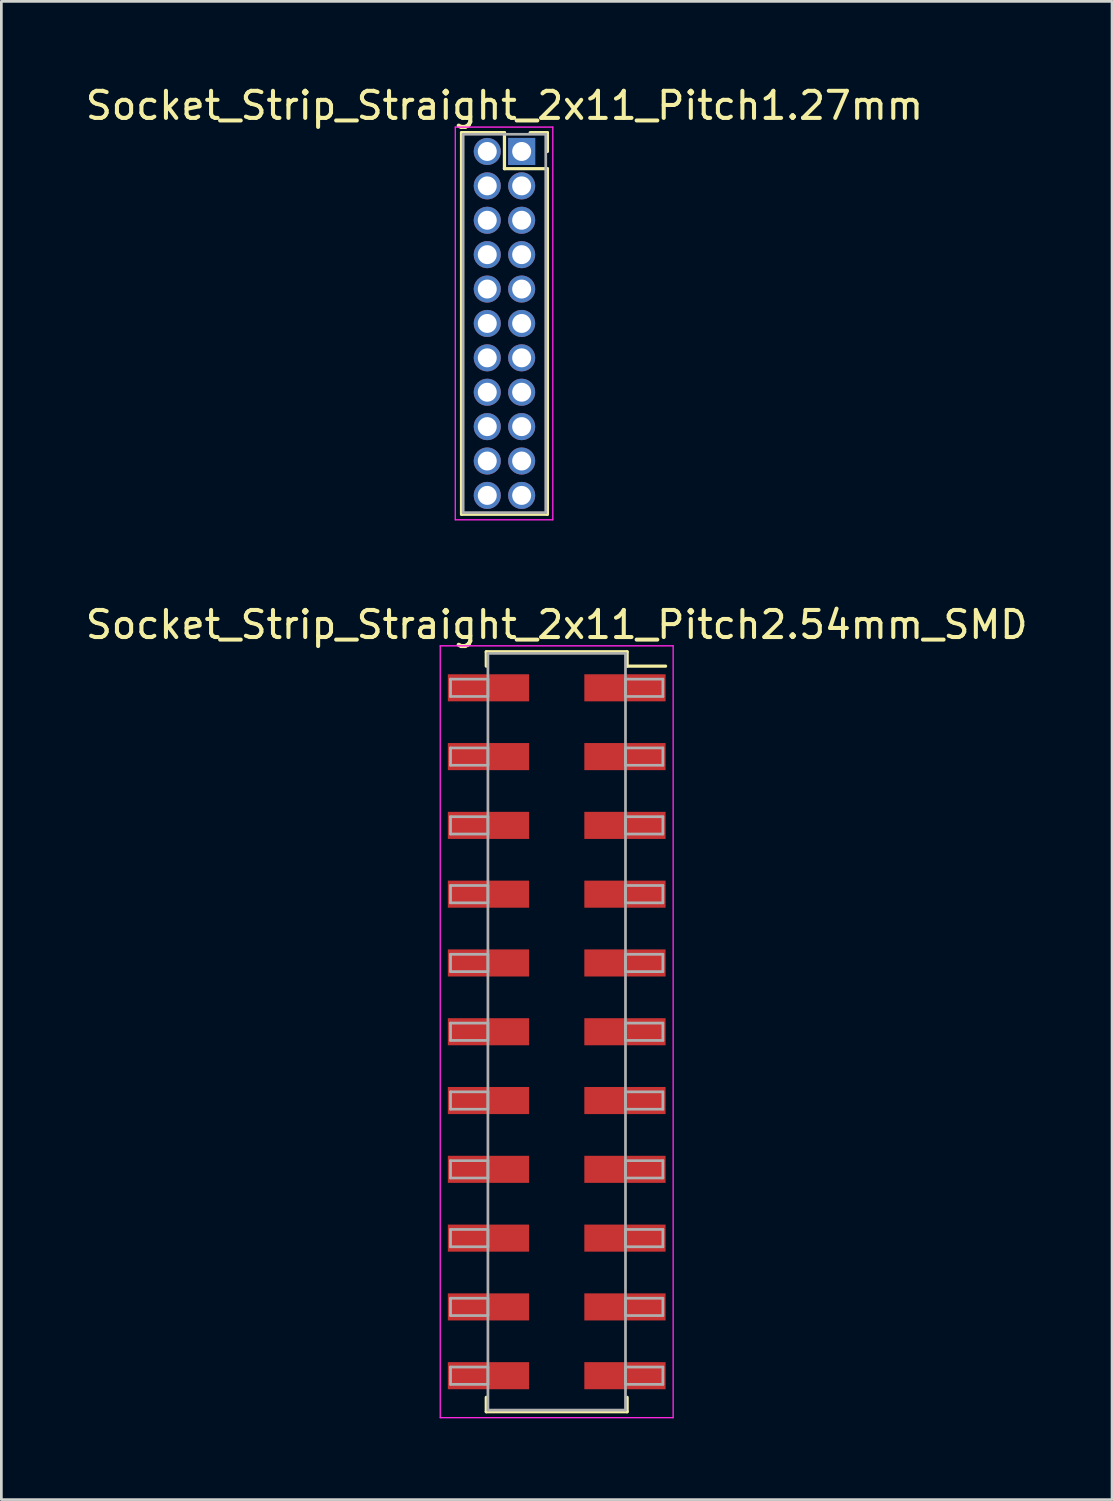
<source format=kicad_pcb>
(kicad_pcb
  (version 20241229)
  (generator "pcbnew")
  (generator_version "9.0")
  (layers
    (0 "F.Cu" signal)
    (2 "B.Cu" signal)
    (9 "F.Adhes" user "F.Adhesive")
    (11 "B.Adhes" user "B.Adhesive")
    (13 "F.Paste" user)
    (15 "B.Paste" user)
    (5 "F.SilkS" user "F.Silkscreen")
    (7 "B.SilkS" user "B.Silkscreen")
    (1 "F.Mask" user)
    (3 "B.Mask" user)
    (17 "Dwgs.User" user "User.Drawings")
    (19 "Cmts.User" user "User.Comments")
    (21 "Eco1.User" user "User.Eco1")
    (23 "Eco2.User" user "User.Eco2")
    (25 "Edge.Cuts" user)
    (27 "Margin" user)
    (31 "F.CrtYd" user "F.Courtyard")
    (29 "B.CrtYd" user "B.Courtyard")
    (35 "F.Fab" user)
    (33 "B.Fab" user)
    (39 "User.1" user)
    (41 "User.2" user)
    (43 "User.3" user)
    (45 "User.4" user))
  (footprint "Socket_Strip_Straight_2x11_Pitch2.54mm_SMD"
    (layer "F.Cu")
    (at 17.506 35.047)
    (property "Reference" "Socket_Strip_Straight_2x11_Pitch2.54mm_SMD" (at 0 -15.03 0) (layer "F.SilkS") (effects (font (size 1 1) (thickness 0.15))))
    (attr smd)
    (fp_line (start -2.6 -14.03) (end 2.6 -14.03) (stroke (width 0.12) (type solid)) (layer "F.SilkS"))
    (fp_line (start -2.6 -13.5) (end -2.6 -14.03) (stroke (width 0.12) (type solid)) (layer "F.SilkS"))
    (fp_line (start -2.6 13.5) (end -2.6 14.03) (stroke (width 0.12) (type solid)) (layer "F.SilkS"))
    (fp_line (start -2.6 14.03) (end 2.6 14.03) (stroke (width 0.12) (type solid)) (layer "F.SilkS"))
    (fp_line (start 2.6 -14.03) (end 2.6 -13.5) (stroke (width 0.12) (type solid)) (layer "F.SilkS"))
    (fp_line (start 2.6 14.03) (end 2.6 13.5) (stroke (width 0.12) (type solid)) (layer "F.SilkS"))
    (fp_line (start 4.02 -13.5) (end 2.6 -13.5) (stroke (width 0.12) (type solid)) (layer "F.SilkS"))
    (fp_line (start -4.3 -14.25) (end -4.3 14.25) (stroke (width 0.05) (type solid)) (layer "F.CrtYd"))
    (fp_line (start -4.3 14.25) (end 4.3 14.25) (stroke (width 0.05) (type solid)) (layer "F.CrtYd"))
    (fp_line (start 4.3 -14.25) (end -4.3 -14.25) (stroke (width 0.05) (type solid)) (layer "F.CrtYd"))
    (fp_line (start 4.3 14.25) (end 4.3 -14.25) (stroke (width 0.05) (type solid)) (layer "F.CrtYd"))
    (fp_line (start -3.92 -13.02) (end -2.54 -13.02) (stroke (width 0.1) (type solid)) (layer "F.Fab"))
    (fp_line (start -3.92 -12.38) (end -3.92 -13.02) (stroke (width 0.1) (type solid)) (layer "F.Fab"))
    (fp_line (start -3.92 -10.48) (end -2.54 -10.48) (stroke (width 0.1) (type solid)) (layer "F.Fab"))
    (fp_line (start -3.92 -9.84) (end -3.92 -10.48) (stroke (width 0.1) (type solid)) (layer "F.Fab"))
    (fp_line (start -3.92 -7.94) (end -2.54 -7.94) (stroke (width 0.1) (type solid)) (layer "F.Fab"))
    (fp_line (start -3.92 -7.3) (end -3.92 -7.94) (stroke (width 0.1) (type solid)) (layer "F.Fab"))
    (fp_line (start -3.92 -5.4) (end -2.54 -5.4) (stroke (width 0.1) (type solid)) (layer "F.Fab"))
    (fp_line (start -3.92 -4.76) (end -3.92 -5.4) (stroke (width 0.1) (type solid)) (layer "F.Fab"))
    (fp_line (start -3.92 -2.86) (end -2.54 -2.86) (stroke (width 0.1) (type solid)) (layer "F.Fab"))
    (fp_line (start -3.92 -2.22) (end -3.92 -2.86) (stroke (width 0.1) (type solid)) (layer "F.Fab"))
    (fp_line (start -3.92 -0.32) (end -2.54 -0.32) (stroke (width 0.1) (type solid)) (layer "F.Fab"))
    (fp_line (start -3.92 0.32) (end -3.92 -0.32) (stroke (width 0.1) (type solid)) (layer "F.Fab"))
    (fp_line (start -3.92 2.22) (end -2.54 2.22) (stroke (width 0.1) (type solid)) (layer "F.Fab"))
    (fp_line (start -3.92 2.86) (end -3.92 2.22) (stroke (width 0.1) (type solid)) (layer "F.Fab"))
    (fp_line (start -3.92 4.76) (end -2.54 4.76) (stroke (width 0.1) (type solid)) (layer "F.Fab"))
    (fp_line (start -3.92 5.4) (end -3.92 4.76) (stroke (width 0.1) (type solid)) (layer "F.Fab"))
    (fp_line (start -3.92 7.3) (end -2.54 7.3) (stroke (width 0.1) (type solid)) (layer "F.Fab"))
    (fp_line (start -3.92 7.94) (end -3.92 7.3) (stroke (width 0.1) (type solid)) (layer "F.Fab"))
    (fp_line (start -3.92 9.84) (end -2.54 9.84) (stroke (width 0.1) (type solid)) (layer "F.Fab"))
    (fp_line (start -3.92 10.48) (end -3.92 9.84) (stroke (width 0.1) (type solid)) (layer "F.Fab"))
    (fp_line (start -3.92 12.38) (end -2.54 12.38) (stroke (width 0.1) (type solid)) (layer "F.Fab"))
    (fp_line (start -3.92 13.02) (end -3.92 12.38) (stroke (width 0.1) (type solid)) (layer "F.Fab"))
    (fp_line (start -2.54 -13.97) (end -2.54 13.97) (stroke (width 0.1) (type solid)) (layer "F.Fab"))
    (fp_line (start -2.54 -13.02) (end -2.54 -12.38) (stroke (width 0.1) (type solid)) (layer "F.Fab"))
    (fp_line (start -2.54 -12.38) (end -3.92 -12.38) (stroke (width 0.1) (type solid)) (layer "F.Fab"))
    (fp_line (start -2.54 -10.48) (end -2.54 -9.84) (stroke (width 0.1) (type solid)) (layer "F.Fab"))
    (fp_line (start -2.54 -9.84) (end -3.92 -9.84) (stroke (width 0.1) (type solid)) (layer "F.Fab"))
    (fp_line (start -2.54 -7.94) (end -2.54 -7.3) (stroke (width 0.1) (type solid)) (layer "F.Fab"))
    (fp_line (start -2.54 -7.3) (end -3.92 -7.3) (stroke (width 0.1) (type solid)) (layer "F.Fab"))
    (fp_line (start -2.54 -5.4) (end -2.54 -4.76) (stroke (width 0.1) (type solid)) (layer "F.Fab"))
    (fp_line (start -2.54 -4.76) (end -3.92 -4.76) (stroke (width 0.1) (type solid)) (layer "F.Fab"))
    (fp_line (start -2.54 -2.86) (end -2.54 -2.22) (stroke (width 0.1) (type solid)) (layer "F.Fab"))
    (fp_line (start -2.54 -2.22) (end -3.92 -2.22) (stroke (width 0.1) (type solid)) (layer "F.Fab"))
    (fp_line (start -2.54 -0.32) (end -2.54 0.32) (stroke (width 0.1) (type solid)) (layer "F.Fab"))
    (fp_line (start -2.54 0.32) (end -3.92 0.32) (stroke (width 0.1) (type solid)) (layer "F.Fab"))
    (fp_line (start -2.54 2.22) (end -2.54 2.86) (stroke (width 0.1) (type solid)) (layer "F.Fab"))
    (fp_line (start -2.54 2.86) (end -3.92 2.86) (stroke (width 0.1) (type solid)) (layer "F.Fab"))
    (fp_line (start -2.54 4.76) (end -2.54 5.4) (stroke (width 0.1) (type solid)) (layer "F.Fab"))
    (fp_line (start -2.54 5.4) (end -3.92 5.4) (stroke (width 0.1) (type solid)) (layer "F.Fab"))
    (fp_line (start -2.54 7.3) (end -2.54 7.94) (stroke (width 0.1) (type solid)) (layer "F.Fab"))
    (fp_line (start -2.54 7.94) (end -3.92 7.94) (stroke (width 0.1) (type solid)) (layer "F.Fab"))
    (fp_line (start -2.54 9.84) (end -2.54 10.48) (stroke (width 0.1) (type solid)) (layer "F.Fab"))
    (fp_line (start -2.54 10.48) (end -3.92 10.48) (stroke (width 0.1) (type solid)) (layer "F.Fab"))
    (fp_line (start -2.54 12.38) (end -2.54 13.02) (stroke (width 0.1) (type solid)) (layer "F.Fab"))
    (fp_line (start -2.54 13.02) (end -3.92 13.02) (stroke (width 0.1) (type solid)) (layer "F.Fab"))
    (fp_line (start -2.54 13.97) (end 2.54 13.97) (stroke (width 0.1) (type solid)) (layer "F.Fab"))
    (fp_line (start 2.54 -13.97) (end -2.54 -13.97) (stroke (width 0.1) (type solid)) (layer "F.Fab"))
    (fp_line (start 2.54 -13.02) (end 2.54 -12.38) (stroke (width 0.1) (type solid)) (layer "F.Fab"))
    (fp_line (start 2.54 -12.38) (end 3.92 -12.38) (stroke (width 0.1) (type solid)) (layer "F.Fab"))
    (fp_line (start 2.54 -10.48) (end 2.54 -9.84) (stroke (width 0.1) (type solid)) (layer "F.Fab"))
    (fp_line (start 2.54 -9.84) (end 3.92 -9.84) (stroke (width 0.1) (type solid)) (layer "F.Fab"))
    (fp_line (start 2.54 -7.94) (end 2.54 -7.3) (stroke (width 0.1) (type solid)) (layer "F.Fab"))
    (fp_line (start 2.54 -7.3) (end 3.92 -7.3) (stroke (width 0.1) (type solid)) (layer "F.Fab"))
    (fp_line (start 2.54 -5.4) (end 2.54 -4.76) (stroke (width 0.1) (type solid)) (layer "F.Fab"))
    (fp_line (start 2.54 -4.76) (end 3.92 -4.76) (stroke (width 0.1) (type solid)) (layer "F.Fab"))
    (fp_line (start 2.54 -2.86) (end 2.54 -2.22) (stroke (width 0.1) (type solid)) (layer "F.Fab"))
    (fp_line (start 2.54 -2.22) (end 3.92 -2.22) (stroke (width 0.1) (type solid)) (layer "F.Fab"))
    (fp_line (start 2.54 -0.32) (end 2.54 0.32) (stroke (width 0.1) (type solid)) (layer "F.Fab"))
    (fp_line (start 2.54 0.32) (end 3.92 0.32) (stroke (width 0.1) (type solid)) (layer "F.Fab"))
    (fp_line (start 2.54 2.22) (end 2.54 2.86) (stroke (width 0.1) (type solid)) (layer "F.Fab"))
    (fp_line (start 2.54 2.86) (end 3.92 2.86) (stroke (width 0.1) (type solid)) (layer "F.Fab"))
    (fp_line (start 2.54 4.76) (end 2.54 5.4) (stroke (width 0.1) (type solid)) (layer "F.Fab"))
    (fp_line (start 2.54 5.4) (end 3.92 5.4) (stroke (width 0.1) (type solid)) (layer "F.Fab"))
    (fp_line (start 2.54 7.3) (end 2.54 7.94) (stroke (width 0.1) (type solid)) (layer "F.Fab"))
    (fp_line (start 2.54 7.94) (end 3.92 7.94) (stroke (width 0.1) (type solid)) (layer "F.Fab"))
    (fp_line (start 2.54 9.84) (end 2.54 10.48) (stroke (width 0.1) (type solid)) (layer "F.Fab"))
    (fp_line (start 2.54 10.48) (end 3.92 10.48) (stroke (width 0.1) (type solid)) (layer "F.Fab"))
    (fp_line (start 2.54 12.38) (end 2.54 13.02) (stroke (width 0.1) (type solid)) (layer "F.Fab"))
    (fp_line (start 2.54 13.02) (end 3.92 13.02) (stroke (width 0.1) (type solid)) (layer "F.Fab"))
    (fp_line (start 2.54 13.97) (end 2.54 -13.97) (stroke (width 0.1) (type solid)) (layer "F.Fab"))
    (fp_line (start 3.92 -13.02) (end 2.54 -13.02) (stroke (width 0.1) (type solid)) (layer "F.Fab"))
    (fp_line (start 3.92 -12.38) (end 3.92 -13.02) (stroke (width 0.1) (type solid)) (layer "F.Fab"))
    (fp_line (start 3.92 -10.48) (end 2.54 -10.48) (stroke (width 0.1) (type solid)) (layer "F.Fab"))
    (fp_line (start 3.92 -9.84) (end 3.92 -10.48) (stroke (width 0.1) (type solid)) (layer "F.Fab"))
    (fp_line (start 3.92 -7.94) (end 2.54 -7.94) (stroke (width 0.1) (type solid)) (layer "F.Fab"))
    (fp_line (start 3.92 -7.3) (end 3.92 -7.94) (stroke (width 0.1) (type solid)) (layer "F.Fab"))
    (fp_line (start 3.92 -5.4) (end 2.54 -5.4) (stroke (width 0.1) (type solid)) (layer "F.Fab"))
    (fp_line (start 3.92 -4.76) (end 3.92 -5.4) (stroke (width 0.1) (type solid)) (layer "F.Fab"))
    (fp_line (start 3.92 -2.86) (end 2.54 -2.86) (stroke (width 0.1) (type solid)) (layer "F.Fab"))
    (fp_line (start 3.92 -2.22) (end 3.92 -2.86) (stroke (width 0.1) (type solid)) (layer "F.Fab"))
    (fp_line (start 3.92 -0.32) (end 2.54 -0.32) (stroke (width 0.1) (type solid)) (layer "F.Fab"))
    (fp_line (start 3.92 0.32) (end 3.92 -0.32) (stroke (width 0.1) (type solid)) (layer "F.Fab"))
    (fp_line (start 3.92 2.22) (end 2.54 2.22) (stroke (width 0.1) (type solid)) (layer "F.Fab"))
    (fp_line (start 3.92 2.86) (end 3.92 2.22) (stroke (width 0.1) (type solid)) (layer "F.Fab"))
    (fp_line (start 3.92 4.76) (end 2.54 4.76) (stroke (width 0.1) (type solid)) (layer "F.Fab"))
    (fp_line (start 3.92 5.4) (end 3.92 4.76) (stroke (width 0.1) (type solid)) (layer "F.Fab"))
    (fp_line (start 3.92 7.3) (end 2.54 7.3) (stroke (width 0.1) (type solid)) (layer "F.Fab"))
    (fp_line (start 3.92 7.94) (end 3.92 7.3) (stroke (width 0.1) (type solid)) (layer "F.Fab"))
    (fp_line (start 3.92 9.84) (end 2.54 9.84) (stroke (width 0.1) (type solid)) (layer "F.Fab"))
    (fp_line (start 3.92 10.48) (end 3.92 9.84) (stroke (width 0.1) (type solid)) (layer "F.Fab"))
    (fp_line (start 3.92 12.38) (end 2.54 12.38) (stroke (width 0.1) (type solid)) (layer "F.Fab"))
    (fp_line (start 3.92 13.02) (end 3.92 12.38) (stroke (width 0.1) (type solid)) (layer "F.Fab"))
    (pad "1" smd rect (at 2.52 -12.7) (size 3 1) (layers "F.Cu" "F.Mask"))
    (pad "2" smd rect (at -2.52 -12.7) (size 3 1) (layers "F.Cu" "F.Mask"))
    (pad "3" smd rect (at 2.52 -10.16) (size 3 1) (layers "F.Cu" "F.Mask"))
    (pad "4" smd rect (at -2.52 -10.16) (size 3 1) (layers "F.Cu" "F.Mask"))
    (pad "5" smd rect (at 2.52 -7.62) (size 3 1) (layers "F.Cu" "F.Mask"))
    (pad "6" smd rect (at -2.52 -7.62) (size 3 1) (layers "F.Cu" "F.Mask"))
    (pad "7" smd rect (at 2.52 -5.08) (size 3 1) (layers "F.Cu" "F.Mask"))
    (pad "8" smd rect (at -2.52 -5.08) (size 3 1) (layers "F.Cu" "F.Mask"))
    (pad "9" smd rect (at 2.52 -2.54) (size 3 1) (layers "F.Cu" "F.Mask"))
    (pad "10" smd rect (at -2.52 -2.54) (size 3 1) (layers "F.Cu" "F.Mask"))
    (pad "11" smd rect (at 2.52 0) (size 3 1) (layers "F.Cu" "F.Mask"))
    (pad "12" smd rect (at -2.52 0) (size 3 1) (layers "F.Cu" "F.Mask"))
    (pad "13" smd rect (at 2.52 2.54) (size 3 1) (layers "F.Cu" "F.Mask"))
    (pad "14" smd rect (at -2.52 2.54) (size 3 1) (layers "F.Cu" "F.Mask"))
    (pad "15" smd rect (at 2.52 5.08) (size 3 1) (layers "F.Cu" "F.Mask"))
    (pad "16" smd rect (at -2.52 5.08) (size 3 1) (layers "F.Cu" "F.Mask"))
    (pad "17" smd rect (at 2.52 7.62) (size 3 1) (layers "F.Cu" "F.Mask"))
    (pad "18" smd rect (at -2.52 7.62) (size 3 1) (layers "F.Cu" "F.Mask"))
    (pad "19" smd rect (at 2.52 10.16) (size 3 1) (layers "F.Cu" "F.Mask"))
    (pad "20" smd rect (at -2.52 10.16) (size 3 1) (layers "F.Cu" "F.Mask"))
    (pad "21" smd rect (at 2.52 12.7) (size 3 1) (layers "F.Cu" "F.Mask"))
    (pad "22" smd rect (at -2.52 12.7) (size 3 1) (layers "F.Cu" "F.Mask")))
  (footprint "Socket_Strip_Straight_2x11_Pitch1.27mm"
    (layer "F.Cu")
    (at 16.212 2.543)
    (property "Reference" "Socket_Strip_Straight_2x11_Pitch1.27mm" (at -0.635 -1.695 0) (layer "F.SilkS") (effects (font (size 1 1) (thickness 0.15))))
    (attr through_hole)
    (fp_line (start -2.22 -0.695) (end -0.635 -0.695) (stroke (width 0.12) (type solid)) (layer "F.SilkS"))
    (fp_line (start -2.22 13.395) (end -2.22 -0.695) (stroke (width 0.12) (type solid)) (layer "F.SilkS"))
    (fp_line (start -0.635 -0.695) (end -0.635 0.635) (stroke (width 0.12) (type solid)) (layer "F.SilkS"))
    (fp_line (start -0.635 0.635) (end 0.95 0.635) (stroke (width 0.12) (type solid)) (layer "F.SilkS"))
    (fp_line (start 0.95 -0.695) (end 0.315 -0.695) (stroke (width 0.12) (type solid)) (layer "F.SilkS"))
    (fp_line (start 0.95 0) (end 0.95 -0.695) (stroke (width 0.12) (type solid)) (layer "F.SilkS"))
    (fp_line (start 0.95 0.635) (end 0.95 13.395) (stroke (width 0.12) (type solid)) (layer "F.SilkS"))
    (fp_line (start 0.95 13.395) (end -2.22 13.395) (stroke (width 0.12) (type solid)) (layer "F.SilkS"))
    (fp_line (start -2.45 -0.9) (end -2.45 13.6) (stroke (width 0.05) (type solid)) (layer "F.CrtYd"))
    (fp_line (start -2.45 13.6) (end 1.15 13.6) (stroke (width 0.05) (type solid)) (layer "F.CrtYd"))
    (fp_line (start 1.15 -0.9) (end -2.45 -0.9) (stroke (width 0.05) (type solid)) (layer "F.CrtYd"))
    (fp_line (start 1.15 13.6) (end 1.15 -0.9) (stroke (width 0.05) (type solid)) (layer "F.CrtYd"))
    (fp_line (start -2.16 -0.635) (end -2.16 13.335) (stroke (width 0.1) (type solid)) (layer "F.Fab"))
    (fp_line (start -2.16 13.335) (end 0.89 13.335) (stroke (width 0.1) (type solid)) (layer "F.Fab"))
    (fp_line (start 0.89 -0.635) (end -2.16 -0.635) (stroke (width 0.1) (type solid)) (layer "F.Fab"))
    (fp_line (start 0.89 13.335) (end 0.89 -0.635) (stroke (width 0.1) (type solid)) (layer "F.Fab"))
    (pad "1" thru_hole rect (at 0 0) (size 1 1) (drill 0.7) (layers "*.Cu" "*.Mask"))
    (pad "2" thru_hole oval (at -1.27 0) (size 1 1) (drill 0.7) (layers "*.Cu" "*.Mask"))
    (pad "3" thru_hole oval (at 0 1.27) (size 1 1) (drill 0.7) (layers "*.Cu" "*.Mask"))
    (pad "4" thru_hole oval (at -1.27 1.27) (size 1 1) (drill 0.7) (layers "*.Cu" "*.Mask"))
    (pad "5" thru_hole oval (at 0 2.54) (size 1 1) (drill 0.7) (layers "*.Cu" "*.Mask"))
    (pad "6" thru_hole oval (at -1.27 2.54) (size 1 1) (drill 0.7) (layers "*.Cu" "*.Mask"))
    (pad "7" thru_hole oval (at 0 3.81) (size 1 1) (drill 0.7) (layers "*.Cu" "*.Mask"))
    (pad "8" thru_hole oval (at -1.27 3.81) (size 1 1) (drill 0.7) (layers "*.Cu" "*.Mask"))
    (pad "9" thru_hole oval (at 0 5.08) (size 1 1) (drill 0.7) (layers "*.Cu" "*.Mask"))
    (pad "10" thru_hole oval (at -1.27 5.08) (size 1 1) (drill 0.7) (layers "*.Cu" "*.Mask"))
    (pad "11" thru_hole oval (at 0 6.35) (size 1 1) (drill 0.7) (layers "*.Cu" "*.Mask"))
    (pad "12" thru_hole oval (at -1.27 6.35) (size 1 1) (drill 0.7) (layers "*.Cu" "*.Mask"))
    (pad "13" thru_hole oval (at 0 7.62) (size 1 1) (drill 0.7) (layers "*.Cu" "*.Mask"))
    (pad "14" thru_hole oval (at -1.27 7.62) (size 1 1) (drill 0.7) (layers "*.Cu" "*.Mask"))
    (pad "15" thru_hole oval (at 0 8.89) (size 1 1) (drill 0.7) (layers "*.Cu" "*.Mask"))
    (pad "16" thru_hole oval (at -1.27 8.89) (size 1 1) (drill 0.7) (layers "*.Cu" "*.Mask"))
    (pad "17" thru_hole oval (at 0 10.16) (size 1 1) (drill 0.7) (layers "*.Cu" "*.Mask"))
    (pad "18" thru_hole oval (at -1.27 10.16) (size 1 1) (drill 0.7) (layers "*.Cu" "*.Mask"))
    (pad "19" thru_hole oval (at 0 11.43) (size 1 1) (drill 0.7) (layers "*.Cu" "*.Mask"))
    (pad "20" thru_hole oval (at -1.27 11.43) (size 1 1) (drill 0.7) (layers "*.Cu" "*.Mask"))
    (pad "21" thru_hole oval (at 0 12.7) (size 1 1) (drill 0.7) (layers "*.Cu" "*.Mask"))
    (pad "22" thru_hole oval (at -1.27 12.7) (size 1 1) (drill 0.7) (layers "*.Cu" "*.Mask")))
  (gr_rect
    (start -3 -3)
    (end 38.012 52.322)
    (stroke (width 0.1) (type default))
    (fill no)
    (layer "Edge.Cuts")))
</source>
